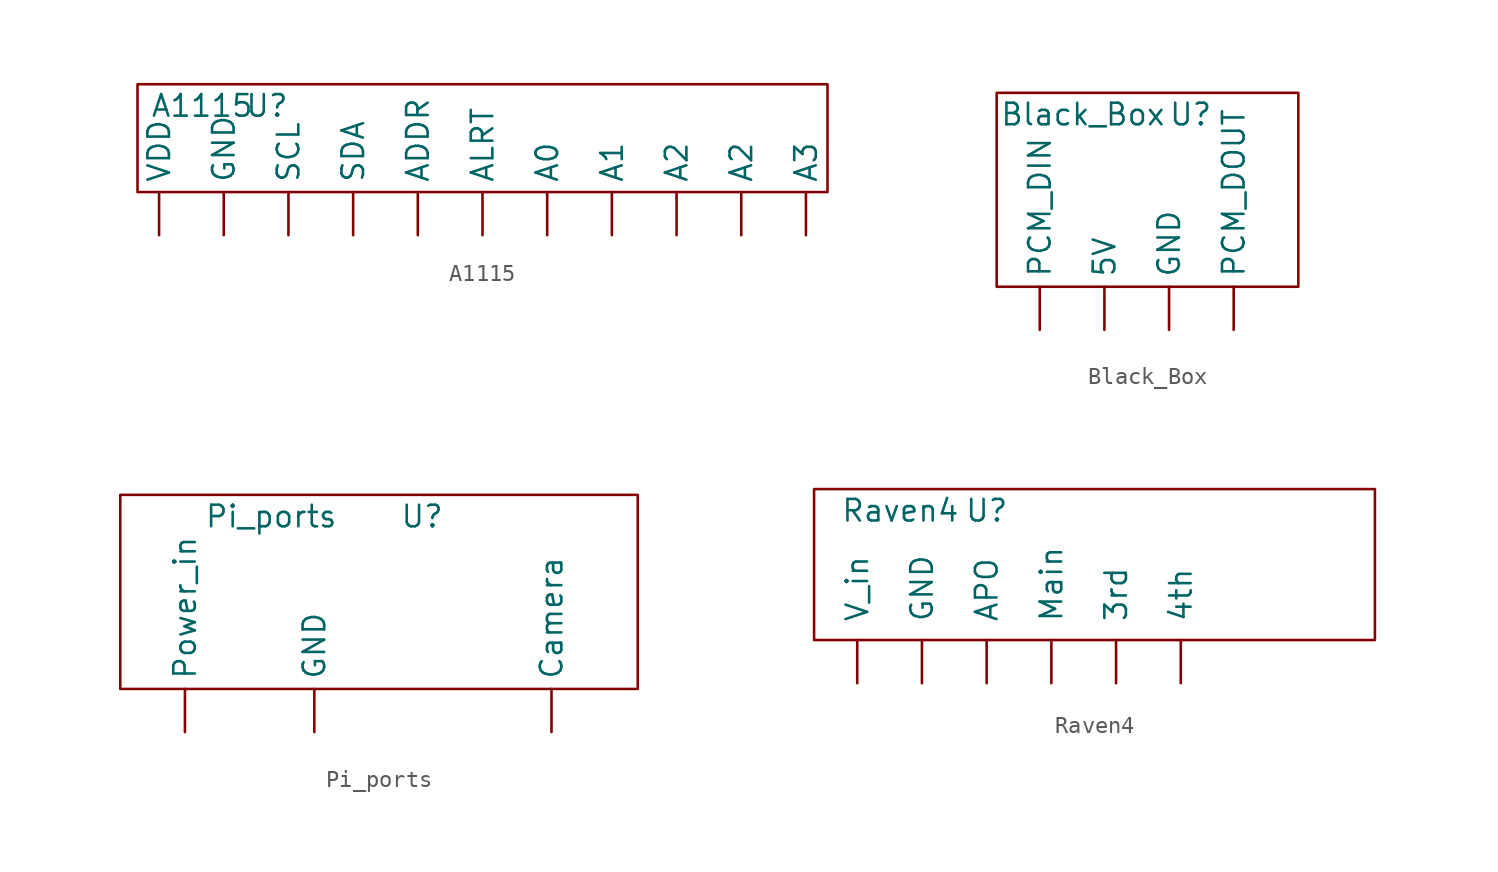
<source format=kicad_sym>
(kicad_symbol_lib
  (version 20211014)
  (generator kicad_symbol_editor)
  (symbol "A1115"
    (property "Reference" "U"
      (at 3.81 2.54 0)
      (effects (font (size 1.27 1.27))))
    (property "Value" "A1115"
      (at 0 2.54 0)
      (effects (font (size 1.27 1.27))))
    (symbol "A1115_0_1"
      (rectangle (start -3.81 3.81) (end 36.83 -2.54) (stroke (width 0.152) (type default) (color 0 0 0 0)) (fill (type none))))
    (symbol "A1115_1_1"
      (pin input line (at 20.32 -5.08 90) (length 2.54) (name "A0" (effects (font (size 1.27 1.27)))) (number "" (effects (font (size 1.27 1.27)))))
      (pin input line (at 24.13 -5.08 90) (length 2.54) (name "A1" (effects (font (size 1.27 1.27)))) (number "" (effects (font (size 1.27 1.27)))))
      (pin input line (at 27.94 -5.08 90) (length 2.54) (name "A2" (effects (font (size 1.27 1.27)))) (number "" (effects (font (size 1.27 1.27)))))
      (pin input line (at 31.75 -5.08 90) (length 2.54) (name "A2" (effects (font (size 1.27 1.27)))) (number "" (effects (font (size 1.27 1.27)))))
      (pin input line (at 35.56 -5.08 90) (length 2.54) (name "A3" (effects (font (size 1.27 1.27)))) (number "" (effects (font (size 1.27 1.27)))))
      (pin input line (at 12.7 -5.08 90) (length 2.54) (name "ADDR" (effects (font (size 1.27 1.27)))) (number "" (effects (font (size 1.27 1.27)))))
      (pin input line (at 16.51 -5.08 90) (length 2.54) (name "ALRT" (effects (font (size 1.27 1.27)))) (number "" (effects (font (size 1.27 1.27)))))
      (pin power_out line (at 1.27 -5.08 90) (length 2.54) (name "GND" (effects (font (size 1.27 1.27)))) (number "" (effects (font (size 1.27 1.27)))))
      (pin input line (at 5.08 -5.08 90) (length 2.54) (name "SCL" (effects (font (size 1.27 1.27)))) (number "" (effects (font (size 1.27 1.27)))))
      (pin input line (at 8.89 -5.08 90) (length 2.54) (name "SDA" (effects (font (size 1.27 1.27)))) (number "" (effects (font (size 1.27 1.27)))))
      (pin power_in line (at -2.54 -5.08 90) (length 2.54) (name "VDD" (effects (font (size 1.27 1.27)))) (number "" (effects (font (size 1.27 1.27)))))))
  (symbol "Black_Box"
    (property "Reference" "U"
      (at 5.08 2.54 0)
      (effects (font (size 1.27 1.27))))
    (property "Value" "Black_Box"
      (at -1.27 2.54 0)
      (effects (font (size 1.27 1.27))))
    (symbol "Black_Box_0_1"
      (rectangle (start -6.35 3.81) (end 11.43 -7.62) (stroke (width 0.152) (type default) (color 0 0 0 0)) (fill (type none))))
    (symbol "Black_Box_1_1"
      (pin power_in line (at 0 -10.16 90) (length 2.54) (name "5V" (effects (font (size 1.27 1.27)))) (number "" (effects (font (size 1.27 1.27)))))
      (pin power_out line (at 3.81 -10.16 90) (length 2.54) (name "GND" (effects (font (size 1.27 1.27)))) (number "" (effects (font (size 1.27 1.27)))))
      (pin input line (at -3.81 -10.16 90) (length 2.54) (name "PCM_DIN" (effects (font (size 1.27 1.27)))) (number "" (effects (font (size 1.27 1.27)))))
      (pin input line (at 7.62 -10.16 90) (length 2.54) (name "PCM_DOUT" (effects (font (size 1.27 1.27)))) (number "" (effects (font (size 1.27 1.27)))))))
  (symbol "Pi_ports"
    (property "Reference" "U"
      (at 8.89 2.54 0)
      (effects (font (size 1.27 1.27))))
    (property "Value" "Pi_ports"
      (at 0 2.54 0)
      (effects (font (size 1.27 1.27))))
    (symbol "Pi_ports_0_1"
      (rectangle (start -8.89 3.81) (end 21.59 -7.62) (stroke (width 0.152) (type default) (color 0 0 0 0)) (fill (type none))))
    (symbol "Pi_ports_1_1"
      (pin bidirectional line (at 16.51 -10.16 90) (length 2.54) (name "Camera" (effects (font (size 1.27 1.27)))) (number "" (effects (font (size 1.27 1.27)))))
      (pin power_out line (at 2.54 -10.16 90) (length 2.54) (name "GND" (effects (font (size 1.27 1.27)))) (number "" (effects (font (size 1.27 1.27)))))
      (pin power_in line (at -5.08 -10.16 90) (length 2.54) (name "Power_in" (effects (font (size 1.27 1.27)))) (number "" (effects (font (size 1.27 1.27)))))))
  (symbol "Raven4"
    (pin_names
      (offset 1.016))
    (property "Reference" "U"
      (at 5.08 2.54 0)
      (effects (font (size 1.27 1.27))))
    (property "Value" "Raven4"
      (at 0 2.54 0)
      (effects (font (size 1.27 1.27))))
    (symbol "Raven4_0_1"
      (rectangle (start -5.08 3.81) (end 27.94 -5.08) (stroke (width 0) (type default) (color 0 0 0 0)) (fill (type none))))
    (symbol "Raven4_1_1"
      (pin output line (at 12.7 -7.62 90) (length 2.54) (name "3rd" (effects (font (size 1.27 1.27)))) (number "~" (effects (font (size 1.27 1.27)))))
      (pin output line (at 16.51 -7.62 90) (length 2.54) (name "4th" (effects (font (size 1.27 1.27)))) (number "~" (effects (font (size 1.27 1.27)))))
      (pin output line (at 5.08 -7.62 90) (length 2.54) (name "APO" (effects (font (size 1.27 1.27)))) (number "~" (effects (font (size 1.27 1.27)))))
      (pin power_out line (at 1.27 -7.62 90) (length 2.54) (name "GND" (effects (font (size 1.27 1.27)))) (number "~" (effects (font (size 1.27 1.27)))))
      (pin output line (at 8.89 -7.62 90) (length 2.54) (name "Main" (effects (font (size 1.27 1.27)))) (number "~" (effects (font (size 1.27 1.27)))))
      (pin power_in line (at -2.54 -7.62 90) (length 2.54) (name "V_in" (effects (font (size 1.27 1.27)))) (number "~" (effects (font (size 1.27 1.27))))))))
</source>
